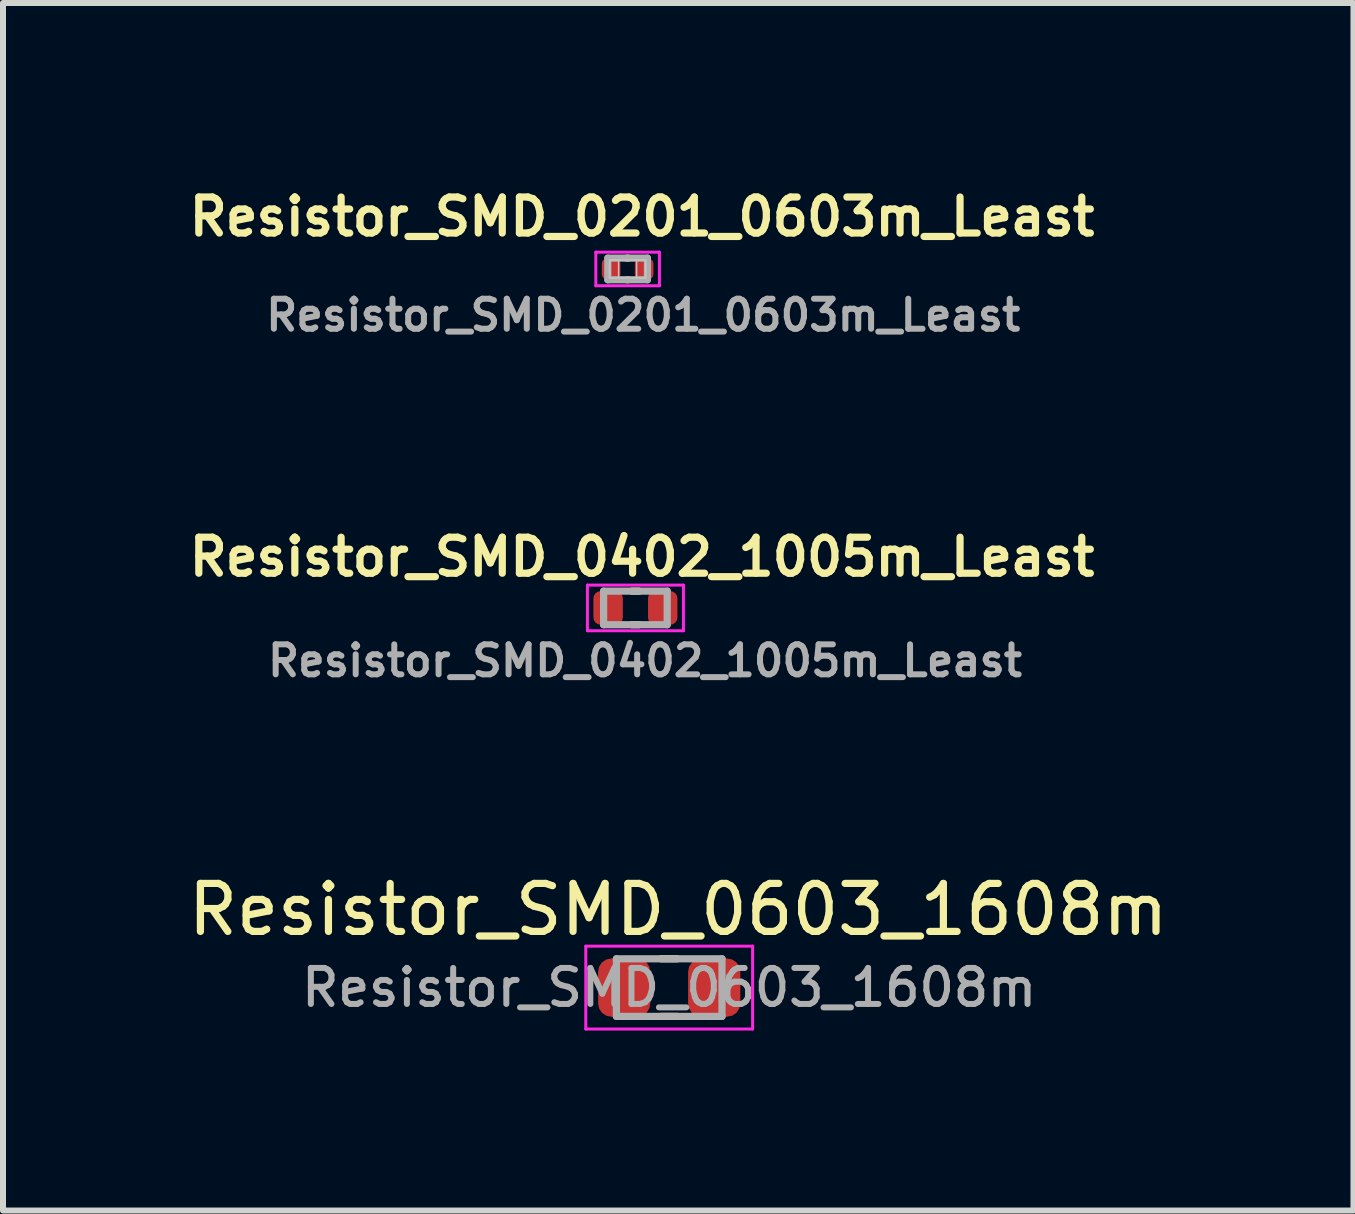
<source format=kicad_pcb>
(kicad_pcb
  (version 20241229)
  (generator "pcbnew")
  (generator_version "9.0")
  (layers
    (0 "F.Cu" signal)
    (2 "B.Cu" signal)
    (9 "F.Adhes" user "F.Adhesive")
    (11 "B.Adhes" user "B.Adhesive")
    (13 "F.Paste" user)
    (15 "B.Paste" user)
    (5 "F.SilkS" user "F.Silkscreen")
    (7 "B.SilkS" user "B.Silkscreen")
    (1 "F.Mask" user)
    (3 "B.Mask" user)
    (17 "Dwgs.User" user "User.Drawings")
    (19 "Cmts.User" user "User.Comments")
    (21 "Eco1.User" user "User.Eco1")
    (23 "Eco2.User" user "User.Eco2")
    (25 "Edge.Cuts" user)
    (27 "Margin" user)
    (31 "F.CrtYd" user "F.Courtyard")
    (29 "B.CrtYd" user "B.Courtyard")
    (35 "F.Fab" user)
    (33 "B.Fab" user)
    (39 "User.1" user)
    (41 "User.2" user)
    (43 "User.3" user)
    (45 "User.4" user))
  (footprint "Resistor_SMD_0603_1608m"
    (layer "F.Cu")
    (at 8.102 13.408)
    (property "Reference" "Resistor_SMD_0603_1608m" (at 0.15 -1.3 0) (unlocked yes) (layer "F.SilkS") (effects (font (size 0.8 0.8) (thickness 0.12))))
    (attr smd)
    (fp_line (start -0.135 -0.48) (end 0.135 -0.48) (stroke (width 0.12) (type solid)) (layer "F.SilkS"))
    (fp_line (start -0.135 0.48) (end 0.135 0.48) (stroke (width 0.12) (type solid)) (layer "F.SilkS"))
    (fp_line (start -1.39 -0.69) (end 1.39 -0.69) (stroke (width 0.05) (type solid)) (layer "F.CrtYd"))
    (fp_line (start -1.39 0.69) (end -1.39 -0.69) (stroke (width 0.05) (type solid)) (layer "F.CrtYd"))
    (fp_line (start 1.39 -0.69) (end 1.39 0.69) (stroke (width 0.05) (type solid)) (layer "F.CrtYd"))
    (fp_line (start 1.39 0.69) (end -1.39 0.69) (stroke (width 0.05) (type solid)) (layer "F.CrtYd"))
    (fp_line (start -0.88 -0.48) (end 0.88 -0.48) (stroke (width 0.12) (type solid)) (layer "F.Fab"))
    (fp_line (start -0.88 0.48) (end -0.88 -0.48) (stroke (width 0.12) (type solid)) (layer "F.Fab"))
    (fp_line (start 0.88 -0.48) (end 0.88 0.48) (stroke (width 0.12) (type solid)) (layer "F.Fab"))
    (fp_line (start 0.88 0.48) (end -0.88 0.48) (stroke (width 0.12) (type solid)) (layer "F.Fab"))
    (fp_text user "${REFERENCE}" (at 0 0 0) (layer "F.Fab") (effects (font (size 0.6 0.6) (thickness 0.1))))
    (pad "1" smd roundrect (at -0.75 0) (size 0.87 0.97) (layers "F.Cu" "F.Mask" "F.Paste") (roundrect_rratio 0.253))
    (pad "2" smd roundrect (at 0.75 0) (size 0.87 0.97) (layers "F.Cu" "F.Mask" "F.Paste") (roundrect_rratio 0.253)))
  (footprint "Resistor_SMD_0402_1005m_Least"
    (layer "F.Cu")
    (at 7.539 7.081)
    (property "Reference" "Resistor_SMD_0402_1005m_Least" (at 0.11 -0.85 0) (layer "F.SilkS") (effects (font (size 0.6 0.6) (thickness 0.12))))
    (attr smd)
    (fp_line (start -0.06 -0.28) (end 0.06 -0.28) (stroke (width 0.12) (type solid)) (layer "F.SilkS"))
    (fp_line (start -0.06 0.28) (end 0.06 0.28) (stroke (width 0.12) (type solid)) (layer "F.SilkS"))
    (fp_line (start -0.8 -0.38) (end 0.8 -0.38) (stroke (width 0.05) (type solid)) (layer "F.CrtYd"))
    (fp_line (start -0.8 0.38) (end -0.8 -0.38) (stroke (width 0.05) (type solid)) (layer "F.CrtYd"))
    (fp_line (start 0.8 -0.38) (end 0.8 0.38) (stroke (width 0.05) (type solid)) (layer "F.CrtYd"))
    (fp_line (start 0.8 0.38) (end -0.8 0.38) (stroke (width 0.05) (type solid)) (layer "F.CrtYd"))
    (fp_line (start -0.53 -0.28) (end 0.53 -0.28) (stroke (width 0.12) (type solid)) (layer "F.Fab"))
    (fp_line (start -0.53 0.28) (end -0.53 -0.28) (stroke (width 0.12) (type solid)) (layer "F.Fab"))
    (fp_line (start 0.53 -0.28) (end 0.53 0.28) (stroke (width 0.12) (type solid)) (layer "F.Fab"))
    (fp_line (start 0.53 0.28) (end -0.53 0.28) (stroke (width 0.12) (type solid)) (layer "F.Fab"))
    (fp_text user "${REFERENCE}" (at 0.16 0.88 0) (layer "F.Fab") (effects (font (size 0.5 0.5) (thickness 0.1))))
    (pad "1" smd roundrect (at -0.455 0) (size 0.49 0.56) (layers "F.Cu" "F.Mask" "F.Paste") (roundrect_rratio 0.245))
    (pad "2" smd roundrect (at 0.455 0) (size 0.49 0.56) (layers "F.Cu" "F.Mask" "F.Paste") (roundrect_rratio 0.245)))
  (footprint "Resistor_SMD_0201_0603m_Least"
    (layer "F.Cu")
    (at 7.409 1.432)
    (property "Reference" "Resistor_SMD_0201_0603m_Least" (at 0.24 -0.87 0) (layer "F.SilkS") (effects (font (size 0.6 0.6) (thickness 0.12))))
    (attr smd)
    (fp_line (start -0.01 -0.18) (end 0.01 -0.18) (stroke (width 0.12) (type solid)) (layer "F.SilkS"))
    (fp_line (start -0.01 0.18) (end 0.01 0.18) (stroke (width 0.12) (type solid)) (layer "F.SilkS"))
    (fp_line (start -0.3 -0.15) (end -0.15 -0.15) (stroke (width 0.025) (type solid)) (layer "Dwgs.User"))
    (fp_line (start -0.3 -0.15) (end 0.3 -0.15) (stroke (width 0.025) (type solid)) (layer "Dwgs.User"))
    (fp_line (start -0.3 0.15) (end -0.3 -0.15) (stroke (width 0.025) (type solid)) (layer "Dwgs.User"))
    (fp_line (start -0.3 0.15) (end -0.3 -0.15) (stroke (width 0.025) (type solid)) (layer "Dwgs.User"))
    (fp_line (start -0.15 -0.15) (end -0.15 0.15) (stroke (width 0.025) (type solid)) (layer "Dwgs.User"))
    (fp_line (start -0.15 0.15) (end -0.3 0.15) (stroke (width 0.025) (type solid)) (layer "Dwgs.User"))
    (fp_line (start 0.15 -0.15) (end 0.3 -0.15) (stroke (width 0.025) (type solid)) (layer "Dwgs.User"))
    (fp_line (start 0.15 0.15) (end 0.15 -0.15) (stroke (width 0.025) (type solid)) (layer "Dwgs.User"))
    (fp_line (start 0.3 -0.15) (end 0.3 0.15) (stroke (width 0.025) (type solid)) (layer "Dwgs.User"))
    (fp_line (start 0.3 -0.15) (end 0.3 0.15) (stroke (width 0.025) (type solid)) (layer "Dwgs.User"))
    (fp_line (start 0.3 0.15) (end -0.3 0.15) (stroke (width 0.025) (type solid)) (layer "Dwgs.User"))
    (fp_line (start 0.3 0.15) (end 0.15 0.15) (stroke (width 0.025) (type solid)) (layer "Dwgs.User"))
    (fp_line (start -0.53 -0.28) (end 0.53 -0.28) (stroke (width 0.05) (type solid)) (layer "F.CrtYd"))
    (fp_line (start -0.53 0.28) (end -0.53 -0.28) (stroke (width 0.05) (type solid)) (layer "F.CrtYd"))
    (fp_line (start 0.53 -0.28) (end 0.53 0.28) (stroke (width 0.05) (type solid)) (layer "F.CrtYd"))
    (fp_line (start 0.53 0.28) (end -0.53 0.28) (stroke (width 0.05) (type solid)) (layer "F.CrtYd"))
    (fp_line (start -0.33 -0.18) (end 0.33 -0.18) (stroke (width 0.12) (type solid)) (layer "F.Fab"))
    (fp_line (start -0.33 0.18) (end -0.33 -0.18) (stroke (width 0.12) (type solid)) (layer "F.Fab"))
    (fp_line (start 0.33 -0.18) (end 0.33 0.18) (stroke (width 0.12) (type solid)) (layer "F.Fab"))
    (fp_line (start 0.33 0.18) (end -0.33 0.18) (stroke (width 0.12) (type solid)) (layer "F.Fab"))
    (fp_text user "${REFERENCE}" (at 0.26 0.77 0) (layer "F.Fab") (effects (font (size 0.5 0.5) (thickness 0.1))))
    (pad "1" smd roundrect (at -0.275 0) (size 0.31 0.34) (layers "F.Cu" "F.Mask" "F.Paste") (roundrect_rratio 0.258))
    (pad "2" smd roundrect (at 0.275 0) (size 0.31 0.34) (layers "F.Cu" "F.Mask" "F.Paste") (roundrect_rratio 0.258)))
  (gr_rect
    (start -3 -3)
    (end 19.505 17.123)
    (stroke (width 0.1) (type default))
    (fill no)
    (layer "Edge.Cuts")))
</source>
